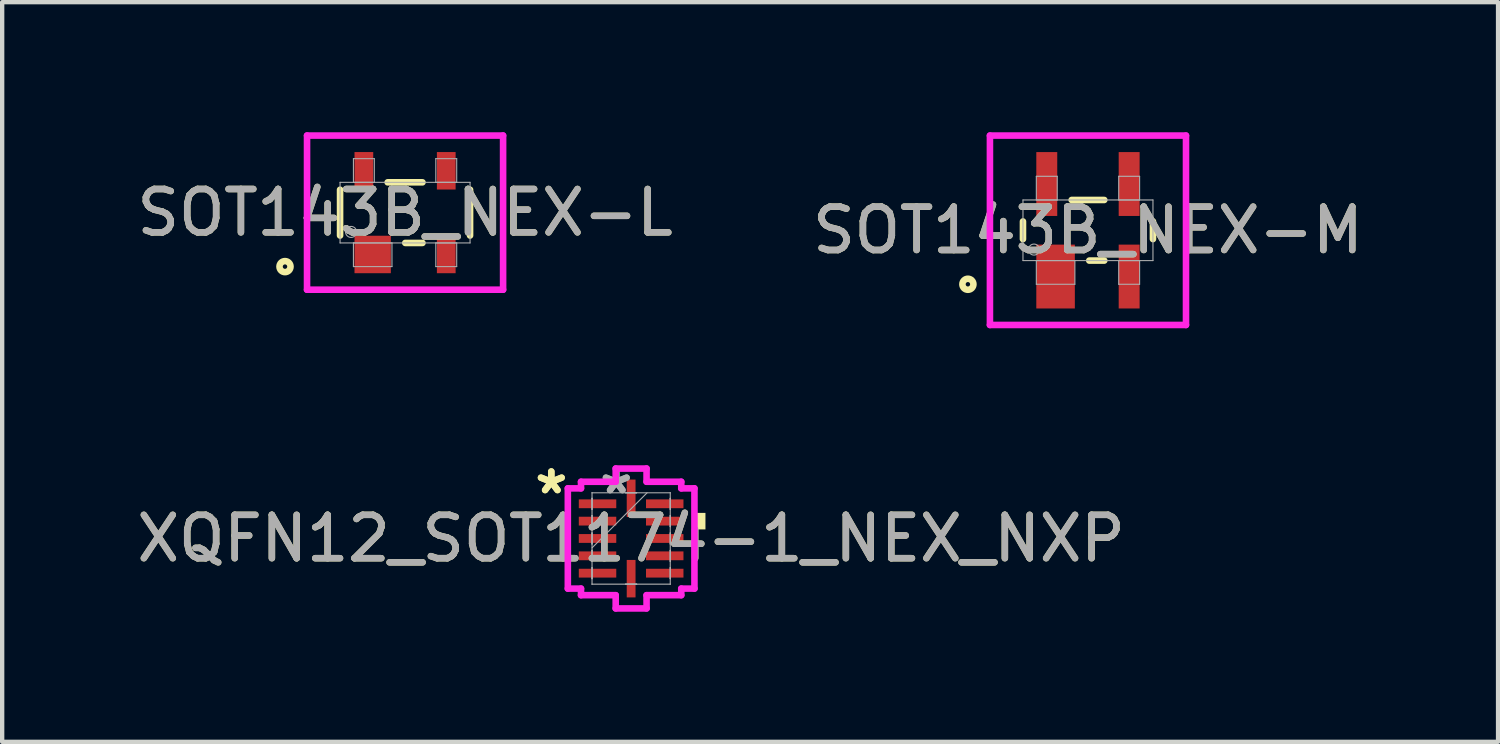
<source format=kicad_pcb>
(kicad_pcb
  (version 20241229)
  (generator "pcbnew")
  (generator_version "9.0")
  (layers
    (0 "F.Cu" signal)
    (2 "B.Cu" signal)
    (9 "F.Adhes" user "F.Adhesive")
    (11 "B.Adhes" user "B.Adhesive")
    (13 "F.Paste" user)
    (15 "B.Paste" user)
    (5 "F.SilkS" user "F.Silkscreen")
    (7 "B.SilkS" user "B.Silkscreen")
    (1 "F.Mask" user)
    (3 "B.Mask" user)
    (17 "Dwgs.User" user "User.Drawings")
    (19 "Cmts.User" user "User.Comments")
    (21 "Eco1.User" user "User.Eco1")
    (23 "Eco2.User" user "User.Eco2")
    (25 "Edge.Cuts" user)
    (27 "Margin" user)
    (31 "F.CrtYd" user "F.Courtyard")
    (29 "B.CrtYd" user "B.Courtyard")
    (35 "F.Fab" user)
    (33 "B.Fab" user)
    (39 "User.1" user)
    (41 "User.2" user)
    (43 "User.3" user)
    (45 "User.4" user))
  (footprint "SOT143B_NEX-M"
    (layer "F.Cu")
    (at 22.042 2.261)
    (property "Reference" "SOT143B_NEX-M" (at 0 0 0) (unlocked yes) (layer "F.SilkS") (effects (font (size 1 1) (thickness 0.15))))
    (attr smd)
    (fp_line (start -1.499 0.203) (end -1.499 -0.203) (stroke (width 0.152) (type solid)) (layer "F.SilkS"))
    (fp_line (start -0.376 -0.699) (end 0.376 -0.699) (stroke (width 0.152) (type solid)) (layer "F.SilkS"))
    (fp_line (start 0.376 0.699) (end 0.03 0.699) (stroke (width 0.152) (type solid)) (layer "F.SilkS"))
    (fp_line (start 1.499 -0.203) (end 1.499 0.203) (stroke (width 0.152) (type solid)) (layer "F.SilkS"))
    (fp_circle (center -2.769 1.245) (end -2.642 1.245) (stroke (width 0.152) (type solid)) (fill no) (layer "F.SilkS"))
    (fp_line (start -2.261 -2.184) (end 2.261 -2.184) (stroke (width 0.152) (type solid)) (layer "F.CrtYd"))
    (fp_line (start -2.261 2.184) (end -2.261 -2.184) (stroke (width 0.152) (type solid)) (layer "F.CrtYd"))
    (fp_line (start 2.261 -2.184) (end 2.261 2.184) (stroke (width 0.152) (type solid)) (layer "F.CrtYd"))
    (fp_line (start 2.261 2.184) (end -2.261 2.184) (stroke (width 0.152) (type solid)) (layer "F.CrtYd"))
    (fp_line (start -1.499 -0.699) (end 1.499 -0.699) (stroke (width 0.025) (type solid)) (layer "F.Fab"))
    (fp_line (start -1.499 0.699) (end -1.499 -0.699) (stroke (width 0.025) (type solid)) (layer "F.Fab"))
    (fp_line (start -1.191 -1.245) (end -1.191 -0.699) (stroke (width 0.025) (type solid)) (layer "F.Fab"))
    (fp_line (start -1.191 -0.699) (end -0.709 -0.699) (stroke (width 0.025) (type solid)) (layer "F.Fab"))
    (fp_line (start -1.191 0.699) (end -1.191 1.245) (stroke (width 0.025) (type solid)) (layer "F.Fab"))
    (fp_line (start -1.191 1.245) (end -0.302 1.245) (stroke (width 0.025) (type solid)) (layer "F.Fab"))
    (fp_line (start -0.709 -1.245) (end -1.191 -1.245) (stroke (width 0.025) (type solid)) (layer "F.Fab"))
    (fp_line (start -0.709 -0.699) (end -0.709 -1.245) (stroke (width 0.025) (type solid)) (layer "F.Fab"))
    (fp_line (start -0.302 0.699) (end -1.191 0.699) (stroke (width 0.025) (type solid)) (layer "F.Fab"))
    (fp_line (start -0.302 1.245) (end -0.302 0.699) (stroke (width 0.025) (type solid)) (layer "F.Fab"))
    (fp_line (start 0.709 -1.245) (end 0.709 -0.699) (stroke (width 0.025) (type solid)) (layer "F.Fab"))
    (fp_line (start 0.709 -0.699) (end 1.191 -0.699) (stroke (width 0.025) (type solid)) (layer "F.Fab"))
    (fp_line (start 0.709 0.699) (end 0.709 1.245) (stroke (width 0.025) (type solid)) (layer "F.Fab"))
    (fp_line (start 0.709 1.245) (end 1.191 1.245) (stroke (width 0.025) (type solid)) (layer "F.Fab"))
    (fp_line (start 1.191 -1.245) (end 0.709 -1.245) (stroke (width 0.025) (type solid)) (layer "F.Fab"))
    (fp_line (start 1.191 -0.699) (end 1.191 -1.245) (stroke (width 0.025) (type solid)) (layer "F.Fab"))
    (fp_line (start 1.191 0.699) (end 0.709 0.699) (stroke (width 0.025) (type solid)) (layer "F.Fab"))
    (fp_line (start 1.191 1.245) (end 1.191 0.699) (stroke (width 0.025) (type solid)) (layer "F.Fab"))
    (fp_line (start 1.499 -0.699) (end 1.499 0.699) (stroke (width 0.025) (type solid)) (layer "F.Fab"))
    (fp_line (start 1.499 0.699) (end -1.499 0.699) (stroke (width 0.025) (type solid)) (layer "F.Fab"))
    (fp_circle (center -1.245 0.445) (end -1.118 0.445) (stroke (width 0.025) (type solid)) (fill no) (layer "F.Fab"))
    (fp_text user "${REFERENCE}" (at 0 0 0) (unlocked yes) (layer "F.Fab") (effects (font (size 1 1) (thickness 0.15))))
    (pad "1" smd rect (at -0.747 1.067) (size 0.889 1.473) (layers "F.Cu" "F.Mask" "F.Paste"))
    (pad "2" smd rect (at 0.95 1.067) (size 0.483 1.473) (layers "F.Cu" "F.Mask" "F.Paste"))
    (pad "3" smd rect (at 0.95 -1.067) (size 0.483 1.473) (layers "F.Cu" "F.Mask" "F.Paste"))
    (pad "4" smd rect (at -0.95 -1.067) (size 0.483 1.473) (layers "F.Cu" "F.Mask" "F.Paste")))
  (footprint "SOT143B_NEX-L"
    (layer "F.Cu")
    (at 6.292 1.854)
    (property "Reference" "SOT143B_NEX-L" (at 0 0 0) (unlocked yes) (layer "F.SilkS") (effects (font (size 1 1) (thickness 0.15))))
    (attr smd)
    (fp_line (start -1.499 0.528) (end -1.499 -0.528) (stroke (width 0.152) (type solid)) (layer "F.SilkS"))
    (fp_line (start -0.401 -0.699) (end 0.401 -0.699) (stroke (width 0.152) (type solid)) (layer "F.SilkS"))
    (fp_line (start 0.401 0.699) (end 0.005 0.699) (stroke (width 0.152) (type solid)) (layer "F.SilkS"))
    (fp_line (start 1.499 -0.528) (end 1.499 0.528) (stroke (width 0.152) (type solid)) (layer "F.SilkS"))
    (fp_circle (center -2.769 1.245) (end -2.642 1.245) (stroke (width 0.152) (type solid)) (fill no) (layer "F.SilkS"))
    (fp_line (start -2.261 -1.778) (end 2.261 -1.778) (stroke (width 0.152) (type solid)) (layer "F.CrtYd"))
    (fp_line (start -2.261 1.778) (end -2.261 -1.778) (stroke (width 0.152) (type solid)) (layer "F.CrtYd"))
    (fp_line (start 2.261 -1.778) (end 2.261 1.778) (stroke (width 0.152) (type solid)) (layer "F.CrtYd"))
    (fp_line (start 2.261 1.778) (end -2.261 1.778) (stroke (width 0.152) (type solid)) (layer "F.CrtYd"))
    (fp_line (start -1.499 -0.699) (end 1.499 -0.699) (stroke (width 0.025) (type solid)) (layer "F.Fab"))
    (fp_line (start -1.499 0.699) (end -1.499 -0.699) (stroke (width 0.025) (type solid)) (layer "F.Fab"))
    (fp_line (start -1.191 -1.245) (end -1.191 -0.699) (stroke (width 0.025) (type solid)) (layer "F.Fab"))
    (fp_line (start -1.191 -0.699) (end -0.709 -0.699) (stroke (width 0.025) (type solid)) (layer "F.Fab"))
    (fp_line (start -1.191 0.699) (end -1.191 1.245) (stroke (width 0.025) (type solid)) (layer "F.Fab"))
    (fp_line (start -1.191 1.245) (end -0.302 1.245) (stroke (width 0.025) (type solid)) (layer "F.Fab"))
    (fp_line (start -0.709 -1.245) (end -1.191 -1.245) (stroke (width 0.025) (type solid)) (layer "F.Fab"))
    (fp_line (start -0.709 -0.699) (end -0.709 -1.245) (stroke (width 0.025) (type solid)) (layer "F.Fab"))
    (fp_line (start -0.302 0.699) (end -1.191 0.699) (stroke (width 0.025) (type solid)) (layer "F.Fab"))
    (fp_line (start -0.302 1.245) (end -0.302 0.699) (stroke (width 0.025) (type solid)) (layer "F.Fab"))
    (fp_line (start 0.709 -1.245) (end 0.709 -0.699) (stroke (width 0.025) (type solid)) (layer "F.Fab"))
    (fp_line (start 0.709 -0.699) (end 1.191 -0.699) (stroke (width 0.025) (type solid)) (layer "F.Fab"))
    (fp_line (start 0.709 0.699) (end 0.709 1.245) (stroke (width 0.025) (type solid)) (layer "F.Fab"))
    (fp_line (start 0.709 1.245) (end 1.191 1.245) (stroke (width 0.025) (type solid)) (layer "F.Fab"))
    (fp_line (start 1.191 -1.245) (end 0.709 -1.245) (stroke (width 0.025) (type solid)) (layer "F.Fab"))
    (fp_line (start 1.191 -0.699) (end 1.191 -1.245) (stroke (width 0.025) (type solid)) (layer "F.Fab"))
    (fp_line (start 1.191 0.699) (end 0.709 0.699) (stroke (width 0.025) (type solid)) (layer "F.Fab"))
    (fp_line (start 1.191 1.245) (end 1.191 0.699) (stroke (width 0.025) (type solid)) (layer "F.Fab"))
    (fp_line (start 1.499 -0.699) (end 1.499 0.699) (stroke (width 0.025) (type solid)) (layer "F.Fab"))
    (fp_line (start 1.499 0.699) (end -1.499 0.699) (stroke (width 0.025) (type solid)) (layer "F.Fab"))
    (fp_circle (center -1.245 0.445) (end -1.118 0.445) (stroke (width 0.025) (type solid)) (fill no) (layer "F.Fab"))
    (fp_text user "${REFERENCE}" (at 0 0 0) (unlocked yes) (layer "F.Fab") (effects (font (size 1 1) (thickness 0.15))))
    (pad "1" smd rect (at -0.747 0.965) (size 0.838 0.864) (layers "F.Cu" "F.Mask" "F.Paste"))
    (pad "2" smd rect (at 0.95 0.965) (size 0.432 0.864) (layers "F.Cu" "F.Mask" "F.Paste"))
    (pad "3" smd rect (at 0.95 -0.965) (size 0.432 0.864) (layers "F.Cu" "F.Mask" "F.Paste"))
    (pad "4" smd rect (at -0.95 -0.965) (size 0.432 0.864) (layers "F.Cu" "F.Mask" "F.Paste")))
  (footprint "XQFN12_SOT1174-1_NEX_NXP"
    (layer "F.Cu")
    (at 11.506 9.369)
    (property "Reference" "XQFN12_SOT1174-1_NEX_NXP" (at 0 0 0) (unlocked yes) (layer "F.SilkS") (effects (font (size 1 1) (thickness 0.15))))
    (attr smd)
    (fp_poly (pts (xy 1.714 -0.59) (xy 1.714 -0.209) (xy 1.46 -0.209) (xy 1.46 -0.59)) (stroke (width 0) (type solid)) (fill yes) (layer "F.SilkS"))
    (fp_line (start -1.46 -1.156) (end -1.156 -1.156) (stroke (width 0.152) (type solid)) (layer "F.CrtYd"))
    (fp_line (start -1.46 1.156) (end -1.46 -1.156) (stroke (width 0.152) (type solid)) (layer "F.CrtYd"))
    (fp_line (start -1.156 -1.308) (end -0.356 -1.308) (stroke (width 0.152) (type solid)) (layer "F.CrtYd"))
    (fp_line (start -1.156 -1.156) (end -1.156 -1.308) (stroke (width 0.152) (type solid)) (layer "F.CrtYd"))
    (fp_line (start -1.156 1.156) (end -1.46 1.156) (stroke (width 0.152) (type solid)) (layer "F.CrtYd"))
    (fp_line (start -1.156 1.308) (end -1.156 1.156) (stroke (width 0.152) (type solid)) (layer "F.CrtYd"))
    (fp_line (start -0.356 -1.613) (end 0.356 -1.613) (stroke (width 0.152) (type solid)) (layer "F.CrtYd"))
    (fp_line (start -0.356 -1.308) (end -0.356 -1.613) (stroke (width 0.152) (type solid)) (layer "F.CrtYd"))
    (fp_line (start -0.356 1.308) (end -1.156 1.308) (stroke (width 0.152) (type solid)) (layer "F.CrtYd"))
    (fp_line (start -0.356 1.613) (end -0.356 1.308) (stroke (width 0.152) (type solid)) (layer "F.CrtYd"))
    (fp_line (start 0.356 -1.613) (end 0.356 -1.308) (stroke (width 0.152) (type solid)) (layer "F.CrtYd"))
    (fp_line (start 0.356 -1.308) (end 1.156 -1.308) (stroke (width 0.152) (type solid)) (layer "F.CrtYd"))
    (fp_line (start 0.356 1.308) (end 0.356 1.613) (stroke (width 0.152) (type solid)) (layer "F.CrtYd"))
    (fp_line (start 0.356 1.613) (end -0.356 1.613) (stroke (width 0.152) (type solid)) (layer "F.CrtYd"))
    (fp_line (start 1.156 -1.308) (end 1.156 -1.156) (stroke (width 0.152) (type solid)) (layer "F.CrtYd"))
    (fp_line (start 1.156 -1.156) (end 1.46 -1.156) (stroke (width 0.152) (type solid)) (layer "F.CrtYd"))
    (fp_line (start 1.156 1.156) (end 1.156 1.308) (stroke (width 0.152) (type solid)) (layer "F.CrtYd"))
    (fp_line (start 1.156 1.308) (end 0.356 1.308) (stroke (width 0.152) (type solid)) (layer "F.CrtYd"))
    (fp_line (start 1.46 -1.156) (end 1.46 1.156) (stroke (width 0.152) (type solid)) (layer "F.CrtYd"))
    (fp_line (start 1.46 1.156) (end 1.156 1.156) (stroke (width 0.152) (type solid)) (layer "F.CrtYd"))
    (fp_line (start -0.902 -1.054) (end -0.902 -1.054) (stroke (width 0.025) (type solid)) (layer "F.Fab"))
    (fp_line (start -0.902 -1.054) (end -0.902 1.054) (stroke (width 0.025) (type solid)) (layer "F.Fab"))
    (fp_line (start -0.902 -0.927) (end -0.902 -0.927) (stroke (width 0.025) (type solid)) (layer "F.Fab"))
    (fp_line (start -0.902 -0.927) (end -0.902 -0.673) (stroke (width 0.025) (type solid)) (layer "F.Fab"))
    (fp_line (start -0.902 -0.673) (end -0.902 -0.927) (stroke (width 0.025) (type solid)) (layer "F.Fab"))
    (fp_line (start -0.902 -0.673) (end -0.902 -0.673) (stroke (width 0.025) (type solid)) (layer "F.Fab"))
    (fp_line (start -0.902 -0.527) (end -0.902 -0.527) (stroke (width 0.025) (type solid)) (layer "F.Fab"))
    (fp_line (start -0.902 -0.527) (end -0.902 -0.273) (stroke (width 0.025) (type solid)) (layer "F.Fab"))
    (fp_line (start -0.902 -0.273) (end -0.902 -0.527) (stroke (width 0.025) (type solid)) (layer "F.Fab"))
    (fp_line (start -0.902 -0.273) (end -0.902 -0.273) (stroke (width 0.025) (type solid)) (layer "F.Fab"))
    (fp_line (start -0.902 -0.127) (end -0.902 -0.127) (stroke (width 0.025) (type solid)) (layer "F.Fab"))
    (fp_line (start -0.902 -0.127) (end -0.902 0.127) (stroke (width 0.025) (type solid)) (layer "F.Fab"))
    (fp_line (start -0.902 0.127) (end -0.902 -0.127) (stroke (width 0.025) (type solid)) (layer "F.Fab"))
    (fp_line (start -0.902 0.127) (end -0.902 0.127) (stroke (width 0.025) (type solid)) (layer "F.Fab"))
    (fp_line (start -0.902 0.216) (end 0.368 -1.054) (stroke (width 0.025) (type solid)) (layer "F.Fab"))
    (fp_line (start -0.902 0.273) (end -0.902 0.273) (stroke (width 0.025) (type solid)) (layer "F.Fab"))
    (fp_line (start -0.902 0.273) (end -0.902 0.527) (stroke (width 0.025) (type solid)) (layer "F.Fab"))
    (fp_line (start -0.902 0.527) (end -0.902 0.273) (stroke (width 0.025) (type solid)) (layer "F.Fab"))
    (fp_line (start -0.902 0.527) (end -0.902 0.527) (stroke (width 0.025) (type solid)) (layer "F.Fab"))
    (fp_line (start -0.902 0.673) (end -0.902 0.673) (stroke (width 0.025) (type solid)) (layer "F.Fab"))
    (fp_line (start -0.902 0.673) (end -0.902 0.927) (stroke (width 0.025) (type solid)) (layer "F.Fab"))
    (fp_line (start -0.902 0.927) (end -0.902 0.673) (stroke (width 0.025) (type solid)) (layer "F.Fab"))
    (fp_line (start -0.902 0.927) (end -0.902 0.927) (stroke (width 0.025) (type solid)) (layer "F.Fab"))
    (fp_line (start -0.902 1.054) (end -0.902 1.054) (stroke (width 0.025) (type solid)) (layer "F.Fab"))
    (fp_line (start -0.902 1.054) (end 0.902 1.054) (stroke (width 0.025) (type solid)) (layer "F.Fab"))
    (fp_line (start -0.127 -1.054) (end -0.127 -1.054) (stroke (width 0.025) (type solid)) (layer "F.Fab"))
    (fp_line (start -0.127 -1.054) (end 0.127 -1.054) (stroke (width 0.025) (type solid)) (layer "F.Fab"))
    (fp_line (start -0.127 1.054) (end -0.127 1.054) (stroke (width 0.025) (type solid)) (layer "F.Fab"))
    (fp_line (start -0.127 1.054) (end 0.127 1.054) (stroke (width 0.025) (type solid)) (layer "F.Fab"))
    (fp_line (start 0.127 -1.054) (end -0.127 -1.054) (stroke (width 0.025) (type solid)) (layer "F.Fab"))
    (fp_line (start 0.127 -1.054) (end 0.127 -1.054) (stroke (width 0.025) (type solid)) (layer "F.Fab"))
    (fp_line (start 0.127 1.054) (end -0.127 1.054) (stroke (width 0.025) (type solid)) (layer "F.Fab"))
    (fp_line (start 0.127 1.054) (end 0.127 1.054) (stroke (width 0.025) (type solid)) (layer "F.Fab"))
    (fp_line (start 0.902 -1.054) (end -0.902 -1.054) (stroke (width 0.025) (type solid)) (layer "F.Fab"))
    (fp_line (start 0.902 -1.054) (end 0.902 -1.054) (stroke (width 0.025) (type solid)) (layer "F.Fab"))
    (fp_line (start 0.902 -0.927) (end 0.902 -0.927) (stroke (width 0.025) (type solid)) (layer "F.Fab"))
    (fp_line (start 0.902 -0.927) (end 0.902 -0.673) (stroke (width 0.025) (type solid)) (layer "F.Fab"))
    (fp_line (start 0.902 -0.673) (end 0.902 -0.927) (stroke (width 0.025) (type solid)) (layer "F.Fab"))
    (fp_line (start 0.902 -0.673) (end 0.902 -0.673) (stroke (width 0.025) (type solid)) (layer "F.Fab"))
    (fp_line (start 0.902 -0.527) (end 0.902 -0.527) (stroke (width 0.025) (type solid)) (layer "F.Fab"))
    (fp_line (start 0.902 -0.527) (end 0.902 -0.273) (stroke (width 0.025) (type solid)) (layer "F.Fab"))
    (fp_line (start 0.902 -0.273) (end 0.902 -0.527) (stroke (width 0.025) (type solid)) (layer "F.Fab"))
    (fp_line (start 0.902 -0.273) (end 0.902 -0.273) (stroke (width 0.025) (type solid)) (layer "F.Fab"))
    (fp_line (start 0.902 -0.127) (end 0.902 -0.127) (stroke (width 0.025) (type solid)) (layer "F.Fab"))
    (fp_line (start 0.902 -0.127) (end 0.902 0.127) (stroke (width 0.025) (type solid)) (layer "F.Fab"))
    (fp_line (start 0.902 0.127) (end 0.902 -0.127) (stroke (width 0.025) (type solid)) (layer "F.Fab"))
    (fp_line (start 0.902 0.127) (end 0.902 0.127) (stroke (width 0.025) (type solid)) (layer "F.Fab"))
    (fp_line (start 0.902 0.273) (end 0.902 0.273) (stroke (width 0.025) (type solid)) (layer "F.Fab"))
    (fp_line (start 0.902 0.273) (end 0.902 0.527) (stroke (width 0.025) (type solid)) (layer "F.Fab"))
    (fp_line (start 0.902 0.527) (end 0.902 0.273) (stroke (width 0.025) (type solid)) (layer "F.Fab"))
    (fp_line (start 0.902 0.527) (end 0.902 0.527) (stroke (width 0.025) (type solid)) (layer "F.Fab"))
    (fp_line (start 0.902 0.673) (end 0.902 0.673) (stroke (width 0.025) (type solid)) (layer "F.Fab"))
    (fp_line (start 0.902 0.673) (end 0.902 0.927) (stroke (width 0.025) (type solid)) (layer "F.Fab"))
    (fp_line (start 0.902 0.927) (end 0.902 0.673) (stroke (width 0.025) (type solid)) (layer "F.Fab"))
    (fp_line (start 0.902 0.927) (end 0.902 0.927) (stroke (width 0.025) (type solid)) (layer "F.Fab"))
    (fp_line (start 0.902 1.054) (end 0.902 -1.054) (stroke (width 0.025) (type solid)) (layer "F.Fab"))
    (fp_line (start 0.902 1.054) (end 0.902 1.054) (stroke (width 0.025) (type solid)) (layer "F.Fab"))
    (fp_text user "*" (at -1.841 -1 0) (unlocked yes) (layer "F.SilkS") (effects (font (size 1 1) (thickness 0.15))))
    (fp_text user "*" (at -1.841 -1 0) (layer "F.SilkS") (effects (font (size 1 1) (thickness 0.15))))
    (fp_text user "*" (at -0.343 -1 0) (layer "F.Fab") (effects (font (size 1 1) (thickness 0.15))))
    (fp_text user "*" (at -0.343 -1 0) (unlocked yes) (layer "F.Fab") (effects (font (size 1 1) (thickness 0.15))))
    (fp_text user "${REFERENCE}" (at 0 0 0) (unlocked yes) (layer "F.Fab") (effects (font (size 1 1) (thickness 0.15))))
    (pad "1" smd rect (at -0.775 -0.8 90) (size 0.203 0.864) (layers "F.Cu" "F.Mask" "F.Paste"))
    (pad "2" smd rect (at -0.775 -0.4 90) (size 0.203 0.864) (layers "F.Cu" "F.Mask" "F.Paste"))
    (pad "3" smd rect (at -0.775 0 90) (size 0.203 0.864) (layers "F.Cu" "F.Mask" "F.Paste"))
    (pad "4" smd rect (at -0.775 0.4 90) (size 0.203 0.864) (layers "F.Cu" "F.Mask" "F.Paste"))
    (pad "5" smd rect (at -0.775 0.8 90) (size 0.203 0.864) (layers "F.Cu" "F.Mask" "F.Paste"))
    (pad "6" smd rect (at 0 0.927) (size 0.203 0.864) (layers "F.Cu" "F.Mask" "F.Paste"))
    (pad "7" smd rect (at 0.775 0.8 90) (size 0.203 0.864) (layers "F.Cu" "F.Mask" "F.Paste"))
    (pad "8" smd rect (at 0.775 0.4 90) (size 0.203 0.864) (layers "F.Cu" "F.Mask" "F.Paste"))
    (pad "9" smd rect (at 0.775 0 90) (size 0.203 0.864) (layers "F.Cu" "F.Mask" "F.Paste"))
    (pad "10" smd rect (at 0.775 -0.4 90) (size 0.203 0.864) (layers "F.Cu" "F.Mask" "F.Paste"))
    (pad "11" smd rect (at 0.775 -0.8 90) (size 0.203 0.864) (layers "F.Cu" "F.Mask" "F.Paste"))
    (pad "12" smd rect (at 0 -0.927) (size 0.203 0.864) (layers "F.Cu" "F.Mask" "F.Paste")))
  (gr_rect
    (start -3 -3)
    (end 31.5 14.059)
    (stroke (width 0.1) (type default))
    (fill no)
    (layer "Edge.Cuts")))
</source>
